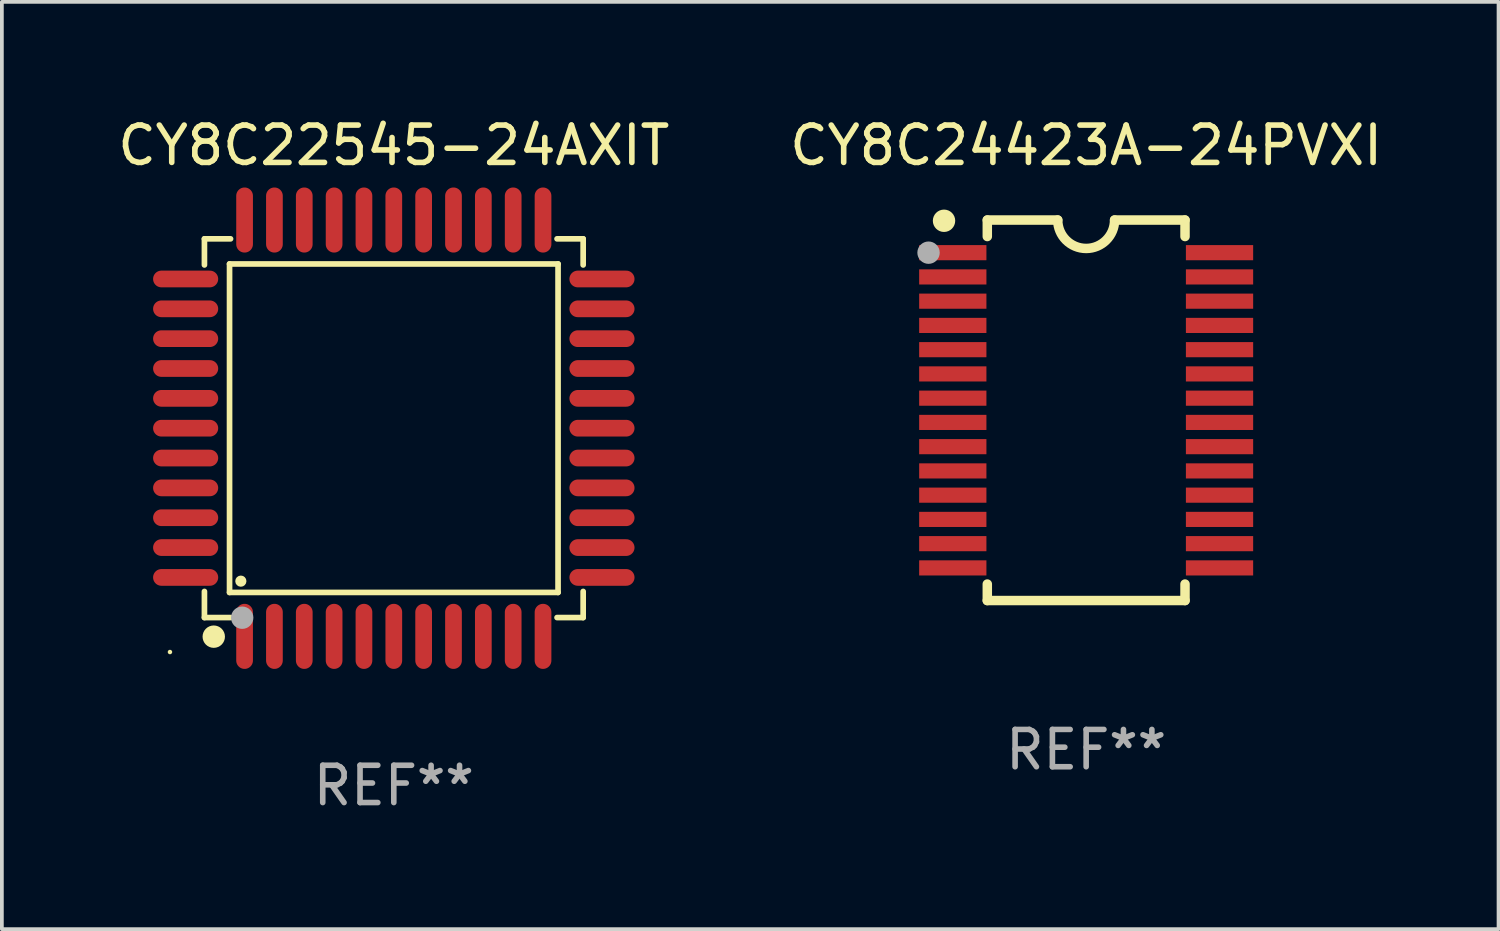
<source format=kicad_pcb>
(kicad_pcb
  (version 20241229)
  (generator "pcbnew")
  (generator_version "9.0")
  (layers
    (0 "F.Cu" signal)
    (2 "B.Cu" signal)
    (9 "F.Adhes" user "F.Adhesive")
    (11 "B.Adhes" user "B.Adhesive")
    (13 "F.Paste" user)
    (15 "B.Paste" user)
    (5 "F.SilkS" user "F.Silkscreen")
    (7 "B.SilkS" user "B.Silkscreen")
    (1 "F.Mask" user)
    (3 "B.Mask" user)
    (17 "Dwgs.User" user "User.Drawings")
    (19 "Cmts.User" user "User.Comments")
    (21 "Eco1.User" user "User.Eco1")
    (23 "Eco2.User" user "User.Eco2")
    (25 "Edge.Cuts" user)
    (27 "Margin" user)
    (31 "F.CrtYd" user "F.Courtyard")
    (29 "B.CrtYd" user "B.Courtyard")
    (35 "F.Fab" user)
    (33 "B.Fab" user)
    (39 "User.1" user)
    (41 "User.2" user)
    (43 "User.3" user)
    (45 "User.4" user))
  (footprint "CY8C24423A-24PVXI"
    (layer "F.Cu")
    (at 26.065 7.948)
    (property "Reference" "CY8C24423A-24PVXI" (at 0 -7.1 0) (layer "F.SilkS") (effects (font (size 1 1) (thickness 0.15))))
    (attr through_hole)
    (fp_line (start -2.65 -5.1) (end -0.762 -5.1) (stroke (width 0.254) (type solid)) (layer "F.SilkS"))
    (fp_line (start -2.65 -4.658) (end -2.65 -5.1) (stroke (width 0.254) (type solid)) (layer "F.SilkS"))
    (fp_line (start -2.65 5.1) (end -2.65 4.658) (stroke (width 0.254) (type solid)) (layer "F.SilkS"))
    (fp_line (start -2.65 5.1) (end 2.65 5.1) (stroke (width 0.254) (type solid)) (layer "F.SilkS"))
    (fp_line (start 2.65 -5.1) (end 0.762 -5.1) (stroke (width 0.254) (type solid)) (layer "F.SilkS"))
    (fp_line (start 2.65 -5.1) (end 2.65 -4.658) (stroke (width 0.254) (type solid)) (layer "F.SilkS"))
    (fp_line (start 2.65 4.658) (end 2.65 5.1) (stroke (width 0.254) (type solid)) (layer "F.SilkS"))
    (fp_arc (start 0.761925 -5.1) (mid -0.000241 -4.338329) (end -0.762077 -5.10033) (stroke (width 0.254001) (type solid)) (layer "F.SilkS"))
    (fp_circle (center -3.858 -5.07) (end -3.828 -5.07) (stroke (width 0.06) (type solid)) (fill no) (layer "F.SilkS"))
    (fp_circle (center -3.81 -5.08) (end -3.66 -5.08) (stroke (width 0.3) (type solid)) (fill no) (layer "F.SilkS"))
    (fp_circle (center -4.225 -4.225) (end -4.075 -4.225) (stroke (width 0.3) (type solid)) (fill no) (layer "F.Fab"))
    (fp_text user "REF**" (at 0 9.1 0) (layer "F.Fab") (effects (font (size 1 1) (thickness 0.15))))
    (pad "1" smd rect (at -3.575 -4.225) (size 1.803 0.406) (layers "F.Cu" "F.Mask" "F.Paste"))
    (pad "2" smd rect (at -3.575 -3.575) (size 1.803 0.406) (layers "F.Cu" "F.Mask" "F.Paste"))
    (pad "3" smd rect (at -3.575 -2.925) (size 1.803 0.406) (layers "F.Cu" "F.Mask" "F.Paste"))
    (pad "4" smd rect (at -3.575 -2.275) (size 1.803 0.406) (layers "F.Cu" "F.Mask" "F.Paste"))
    (pad "5" smd rect (at -3.575 -1.625) (size 1.803 0.406) (layers "F.Cu" "F.Mask" "F.Paste"))
    (pad "6" smd rect (at -3.575 -0.975) (size 1.803 0.406) (layers "F.Cu" "F.Mask" "F.Paste"))
    (pad "7" smd rect (at -3.575 -0.325) (size 1.803 0.406) (layers "F.Cu" "F.Mask" "F.Paste"))
    (pad "8" smd rect (at -3.575 0.325) (size 1.803 0.406) (layers "F.Cu" "F.Mask" "F.Paste"))
    (pad "9" smd rect (at -3.575 0.975) (size 1.803 0.406) (layers "F.Cu" "F.Mask" "F.Paste"))
    (pad "10" smd rect (at -3.575 1.625) (size 1.803 0.406) (layers "F.Cu" "F.Mask" "F.Paste"))
    (pad "11" smd rect (at -3.575 2.275) (size 1.803 0.406) (layers "F.Cu" "F.Mask" "F.Paste"))
    (pad "12" smd rect (at -3.575 2.925) (size 1.803 0.406) (layers "F.Cu" "F.Mask" "F.Paste"))
    (pad "13" smd rect (at -3.575 3.575) (size 1.803 0.406) (layers "F.Cu" "F.Mask" "F.Paste"))
    (pad "14" smd rect (at -3.575 4.225) (size 1.803 0.406) (layers "F.Cu" "F.Mask" "F.Paste"))
    (pad "15" smd rect (at 3.575 4.225) (size 1.803 0.406) (layers "F.Cu" "F.Mask" "F.Paste"))
    (pad "16" smd rect (at 3.575 3.575) (size 1.803 0.406) (layers "F.Cu" "F.Mask" "F.Paste"))
    (pad "17" smd rect (at 3.575 2.925) (size 1.803 0.406) (layers "F.Cu" "F.Mask" "F.Paste"))
    (pad "18" smd rect (at 3.575 2.275) (size 1.803 0.406) (layers "F.Cu" "F.Mask" "F.Paste"))
    (pad "19" smd rect (at 3.575 1.625) (size 1.803 0.406) (layers "F.Cu" "F.Mask" "F.Paste"))
    (pad "20" smd rect (at 3.575 0.975) (size 1.803 0.406) (layers "F.Cu" "F.Mask" "F.Paste"))
    (pad "21" smd rect (at 3.575 0.325) (size 1.803 0.406) (layers "F.Cu" "F.Mask" "F.Paste"))
    (pad "22" smd rect (at 3.575 -0.325) (size 1.803 0.406) (layers "F.Cu" "F.Mask" "F.Paste"))
    (pad "23" smd rect (at 3.575 -0.975) (size 1.803 0.406) (layers "F.Cu" "F.Mask" "F.Paste"))
    (pad "24" smd rect (at 3.575 -1.625) (size 1.803 0.406) (layers "F.Cu" "F.Mask" "F.Paste"))
    (pad "25" smd rect (at 3.575 -2.275) (size 1.803 0.406) (layers "F.Cu" "F.Mask" "F.Paste"))
    (pad "26" smd rect (at 3.575 -2.925) (size 1.803 0.406) (layers "F.Cu" "F.Mask" "F.Paste"))
    (pad "27" smd rect (at 3.575 -3.575) (size 1.803 0.406) (layers "F.Cu" "F.Mask" "F.Paste"))
    (pad "28" smd rect (at 3.575 -4.225) (size 1.803 0.406) (layers "F.Cu" "F.Mask" "F.Paste")))
  (footprint "CY8C22545-24AXIT"
    (layer "F.Cu")
    (at 7.506 8.428)
    (property "Reference" "CY8C22545-24AXIT" (at 0 -7.58 0) (layer "F.SilkS") (effects (font (size 1 1) (thickness 0.15))))
    (attr through_hole)
    (fp_line (start -5.076 -5.076) (end -5.076 -4.376) (stroke (width 0.152) (type solid)) (layer "F.SilkS"))
    (fp_line (start -5.076 5.076) (end -5.076 4.376) (stroke (width 0.152) (type solid)) (layer "F.SilkS"))
    (fp_line (start -4.403 -4.403) (end 4.403 -4.403) (stroke (width 0.152) (type solid)) (layer "F.SilkS"))
    (fp_line (start -4.403 4.403) (end -4.403 -4.403) (stroke (width 0.152) (type solid)) (layer "F.SilkS"))
    (fp_line (start -4.376 -5.076) (end -5.076 -5.076) (stroke (width 0.152) (type solid)) (layer "F.SilkS"))
    (fp_line (start -4.376 5.076) (end -5.076 5.076) (stroke (width 0.152) (type solid)) (layer "F.SilkS"))
    (fp_line (start 4.376 -5.076) (end 5.076 -5.076) (stroke (width 0.152) (type solid)) (layer "F.SilkS"))
    (fp_line (start 4.376 5.076) (end 5.076 5.076) (stroke (width 0.152) (type solid)) (layer "F.SilkS"))
    (fp_line (start 4.403 -4.403) (end 4.403 4.403) (stroke (width 0.152) (type solid)) (layer "F.SilkS"))
    (fp_line (start 4.403 4.403) (end -4.403 4.403) (stroke (width 0.152) (type solid)) (layer "F.SilkS"))
    (fp_line (start 5.076 -5.076) (end 5.076 -4.376) (stroke (width 0.152) (type solid)) (layer "F.SilkS"))
    (fp_line (start 5.076 5.076) (end 5.076 4.376) (stroke (width 0.152) (type solid)) (layer "F.SilkS"))
    (fp_circle (center -6 6) (end -5.97 6) (stroke (width 0.06) (type solid)) (fill no) (layer "F.SilkS"))
    (fp_circle (center -4.826 5.588) (end -4.676 5.588) (stroke (width 0.3) (type solid)) (fill no) (layer "F.SilkS"))
    (fp_circle (center -4.1 4.1) (end -4.025 4.1) (stroke (width 0.15) (type solid)) (fill no) (layer "F.SilkS"))
    (fp_circle (center -4.064 5.08) (end -3.914 5.08) (stroke (width 0.3) (type solid)) (fill no) (layer "F.Fab"))
    (fp_text user "REF**" (at 0 9.58 0) (layer "F.Fab") (effects (font (size 1 1) (thickness 0.15))))
    (pad "1" smd oval (at -4 5.58) (size 0.448 1.745) (layers "F.Cu" "F.Mask" "F.Paste"))
    (pad "2" smd oval (at -3.2 5.58) (size 0.448 1.745) (layers "F.Cu" "F.Mask" "F.Paste"))
    (pad "3" smd oval (at -2.4 5.58) (size 0.448 1.745) (layers "F.Cu" "F.Mask" "F.Paste"))
    (pad "4" smd oval (at -1.6 5.58) (size 0.448 1.745) (layers "F.Cu" "F.Mask" "F.Paste"))
    (pad "5" smd oval (at -0.8 5.58) (size 0.448 1.745) (layers "F.Cu" "F.Mask" "F.Paste"))
    (pad "6" smd oval (at 0 5.58) (size 0.448 1.745) (layers "F.Cu" "F.Mask" "F.Paste"))
    (pad "7" smd oval (at 0.8 5.58) (size 0.448 1.745) (layers "F.Cu" "F.Mask" "F.Paste"))
    (pad "8" smd oval (at 1.6 5.58) (size 0.448 1.745) (layers "F.Cu" "F.Mask" "F.Paste"))
    (pad "9" smd oval (at 2.4 5.58) (size 0.448 1.745) (layers "F.Cu" "F.Mask" "F.Paste"))
    (pad "10" smd oval (at 3.2 5.58) (size 0.448 1.745) (layers "F.Cu" "F.Mask" "F.Paste"))
    (pad "11" smd oval (at 4 5.58) (size 0.448 1.745) (layers "F.Cu" "F.Mask" "F.Paste"))
    (pad "12" smd oval (at 5.58 4) (size 1.745 0.448) (layers "F.Cu" "F.Mask" "F.Paste"))
    (pad "13" smd oval (at 5.58 3.2) (size 1.745 0.448) (layers "F.Cu" "F.Mask" "F.Paste"))
    (pad "14" smd oval (at 5.58 2.4) (size 1.745 0.448) (layers "F.Cu" "F.Mask" "F.Paste"))
    (pad "15" smd oval (at 5.58 1.6) (size 1.745 0.448) (layers "F.Cu" "F.Mask" "F.Paste"))
    (pad "16" smd oval (at 5.58 0.8) (size 1.745 0.448) (layers "F.Cu" "F.Mask" "F.Paste"))
    (pad "17" smd oval (at 5.58 0) (size 1.745 0.448) (layers "F.Cu" "F.Mask" "F.Paste"))
    (pad "18" smd oval (at 5.58 -0.8) (size 1.745 0.448) (layers "F.Cu" "F.Mask" "F.Paste"))
    (pad "19" smd oval (at 5.58 -1.6) (size 1.745 0.448) (layers "F.Cu" "F.Mask" "F.Paste"))
    (pad "20" smd oval (at 5.58 -2.4) (size 1.745 0.448) (layers "F.Cu" "F.Mask" "F.Paste"))
    (pad "21" smd oval (at 5.58 -3.2) (size 1.745 0.448) (layers "F.Cu" "F.Mask" "F.Paste"))
    (pad "22" smd oval (at 5.58 -4) (size 1.745 0.448) (layers "F.Cu" "F.Mask" "F.Paste"))
    (pad "23" smd oval (at 4 -5.58) (size 0.448 1.745) (layers "F.Cu" "F.Mask" "F.Paste"))
    (pad "24" smd oval (at 3.2 -5.58) (size 0.448 1.745) (layers "F.Cu" "F.Mask" "F.Paste"))
    (pad "25" smd oval (at 2.4 -5.58) (size 0.448 1.745) (layers "F.Cu" "F.Mask" "F.Paste"))
    (pad "26" smd oval (at 1.6 -5.58) (size 0.448 1.745) (layers "F.Cu" "F.Mask" "F.Paste"))
    (pad "27" smd oval (at 0.8 -5.58) (size 0.448 1.745) (layers "F.Cu" "F.Mask" "F.Paste"))
    (pad "28" smd oval (at 0 -5.58) (size 0.448 1.745) (layers "F.Cu" "F.Mask" "F.Paste"))
    (pad "29" smd oval (at -0.8 -5.58) (size 0.448 1.745) (layers "F.Cu" "F.Mask" "F.Paste"))
    (pad "30" smd oval (at -1.6 -5.58) (size 0.448 1.745) (layers "F.Cu" "F.Mask" "F.Paste"))
    (pad "31" smd oval (at -2.4 -5.58) (size 0.448 1.745) (layers "F.Cu" "F.Mask" "F.Paste"))
    (pad "32" smd oval (at -3.2 -5.58) (size 0.448 1.745) (layers "F.Cu" "F.Mask" "F.Paste"))
    (pad "33" smd oval (at -4 -5.58) (size 0.448 1.745) (layers "F.Cu" "F.Mask" "F.Paste"))
    (pad "34" smd oval (at -5.58 -4) (size 1.745 0.448) (layers "F.Cu" "F.Mask" "F.Paste"))
    (pad "35" smd oval (at -5.58 -3.2) (size 1.745 0.448) (layers "F.Cu" "F.Mask" "F.Paste"))
    (pad "36" smd oval (at -5.58 -2.4) (size 1.745 0.448) (layers "F.Cu" "F.Mask" "F.Paste"))
    (pad "37" smd oval (at -5.58 -1.6) (size 1.745 0.448) (layers "F.Cu" "F.Mask" "F.Paste"))
    (pad "38" smd oval (at -5.58 -0.8) (size 1.745 0.448) (layers "F.Cu" "F.Mask" "F.Paste"))
    (pad "39" smd oval (at -5.58 0) (size 1.745 0.448) (layers "F.Cu" "F.Mask" "F.Paste"))
    (pad "40" smd oval (at -5.58 0.8) (size 1.745 0.448) (layers "F.Cu" "F.Mask" "F.Paste"))
    (pad "41" smd oval (at -5.58 1.6) (size 1.745 0.448) (layers "F.Cu" "F.Mask" "F.Paste"))
    (pad "42" smd oval (at -5.58 2.4) (size 1.745 0.448) (layers "F.Cu" "F.Mask" "F.Paste"))
    (pad "43" smd oval (at -5.58 3.2) (size 1.745 0.448) (layers "F.Cu" "F.Mask" "F.Paste"))
    (pad "44" smd oval (at -5.58 4) (size 1.745 0.448) (layers "F.Cu" "F.Mask" "F.Paste")))
  (gr_rect
    (start -3 -3)
    (end 37.119 21.856)
    (stroke (width 0.1) (type default))
    (fill no)
    (layer "Edge.Cuts")))
</source>
